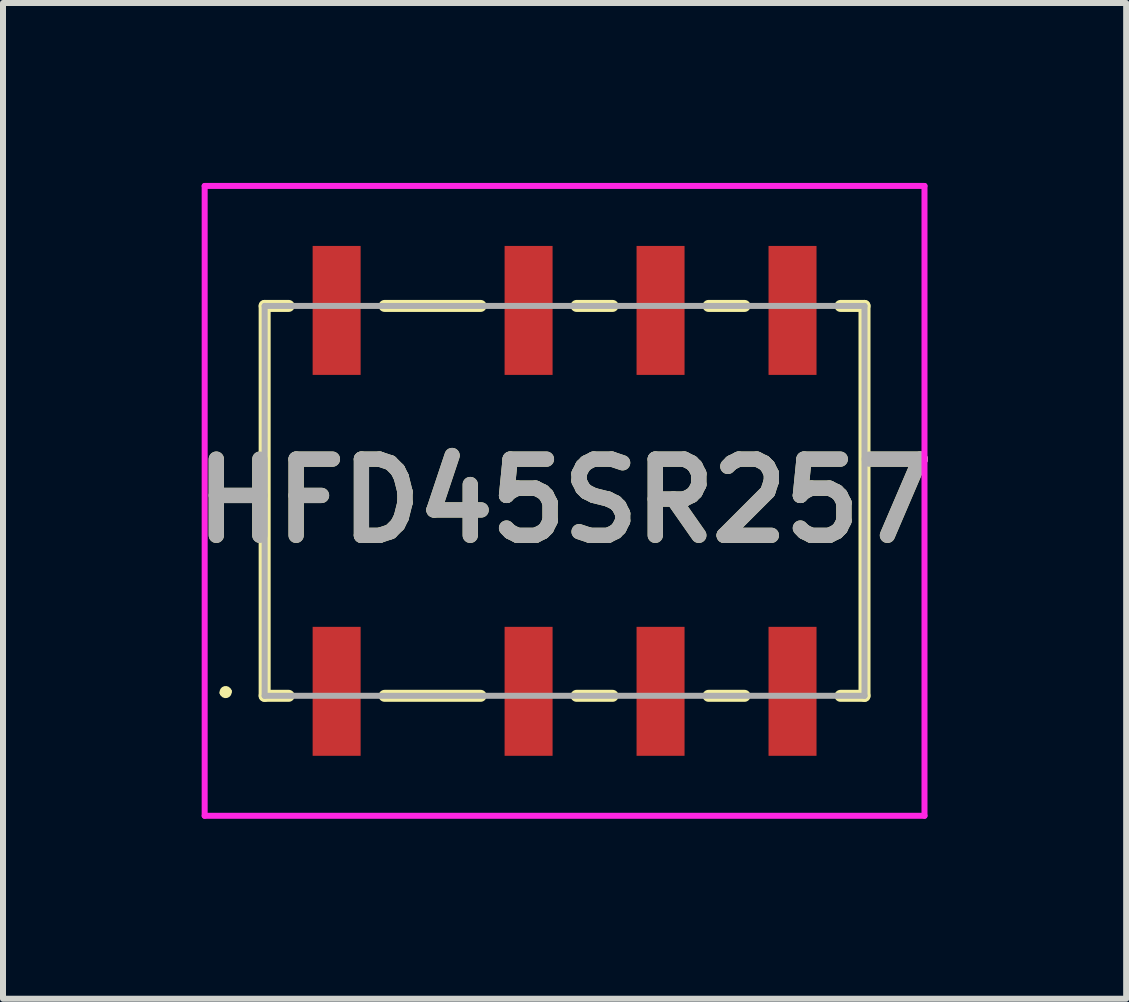
<source format=kicad_pcb>
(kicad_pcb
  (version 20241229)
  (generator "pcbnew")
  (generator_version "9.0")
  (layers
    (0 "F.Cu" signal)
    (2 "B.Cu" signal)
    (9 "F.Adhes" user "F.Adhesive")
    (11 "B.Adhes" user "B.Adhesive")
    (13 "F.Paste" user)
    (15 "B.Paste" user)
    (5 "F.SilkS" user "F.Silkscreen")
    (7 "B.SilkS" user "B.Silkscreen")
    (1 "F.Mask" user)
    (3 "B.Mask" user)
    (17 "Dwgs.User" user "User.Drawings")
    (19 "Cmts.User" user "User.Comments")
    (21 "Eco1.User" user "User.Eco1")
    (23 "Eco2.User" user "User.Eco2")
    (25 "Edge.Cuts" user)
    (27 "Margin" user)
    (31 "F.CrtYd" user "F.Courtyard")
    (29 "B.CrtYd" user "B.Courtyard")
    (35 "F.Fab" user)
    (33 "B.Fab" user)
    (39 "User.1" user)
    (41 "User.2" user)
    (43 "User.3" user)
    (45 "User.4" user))
  (footprint "HFD45SR257"
    (layer "F.Cu")
    (at 6.362 5.3)
    (property "Reference" "HFD45SR257" (at 0 0 0) (layer "F.SilkS") (effects (font (size 1.27 1.27) (thickness 0.254))))
    (attr smd)
    (fp_line (start -5.7 3.2) (end -5.7 3.2) (stroke (width 0.1) (type solid)) (layer "F.SilkS"))
    (fp_line (start -5.6 3.175) (end -5.6 3.175) (stroke (width 0.1) (type solid)) (layer "F.SilkS"))
    (fp_line (start -5 -3.25) (end -4.6 -3.25) (stroke (width 0.2) (type solid)) (layer "F.SilkS"))
    (fp_line (start -5 3.25) (end -5 -3.25) (stroke (width 0.2) (type solid)) (layer "F.SilkS"))
    (fp_line (start -4.6 3.25) (end -5 3.25) (stroke (width 0.2) (type solid)) (layer "F.SilkS"))
    (fp_line (start -3 -3.25) (end -1.4 -3.25) (stroke (width 0.2) (type solid)) (layer "F.SilkS"))
    (fp_line (start -3 3.25) (end -1.4 3.25) (stroke (width 0.2) (type solid)) (layer "F.SilkS"))
    (fp_line (start 0.2 -3.25) (end 0.8 -3.25) (stroke (width 0.2) (type solid)) (layer "F.SilkS"))
    (fp_line (start 0.2 3.25) (end 0.8 3.25) (stroke (width 0.2) (type solid)) (layer "F.SilkS"))
    (fp_line (start 2.4 -3.25) (end 3 -3.25) (stroke (width 0.2) (type solid)) (layer "F.SilkS"))
    (fp_line (start 2.4 3.25) (end 3 3.25) (stroke (width 0.2) (type solid)) (layer "F.SilkS"))
    (fp_line (start 4.6 -3.25) (end 5 -3.25) (stroke (width 0.2) (type solid)) (layer "F.SilkS"))
    (fp_line (start 5 -3.25) (end 5 3.25) (stroke (width 0.2) (type solid)) (layer "F.SilkS"))
    (fp_line (start 5 3.25) (end 4.6 3.25) (stroke (width 0.2) (type solid)) (layer "F.SilkS"))
    (fp_arc (start -5.7 3.2) (mid -5.6625 3.1375) (end -5.6 3.175) (stroke (width 0.1) (type solid)) (layer "F.SilkS"))
    (fp_arc (start -5.6 3.175) (mid -5.6375 3.2375) (end -5.7 3.2) (stroke (width 0.1) (type solid)) (layer "F.SilkS"))
    (fp_line (start -6 -5.25) (end -6 5.25) (stroke (width 0.1) (type solid)) (layer "F.CrtYd"))
    (fp_line (start -6 5.25) (end 6 5.25) (stroke (width 0.1) (type solid)) (layer "F.CrtYd"))
    (fp_line (start 6 -5.25) (end -6 -5.25) (stroke (width 0.1) (type solid)) (layer "F.CrtYd"))
    (fp_line (start 6 5.25) (end 6 -5.25) (stroke (width 0.1) (type solid)) (layer "F.CrtYd"))
    (fp_line (start -5 -3.25) (end 5 -3.25) (stroke (width 0.1) (type solid)) (layer "F.Fab"))
    (fp_line (start -5 3.25) (end -5 -3.25) (stroke (width 0.1) (type solid)) (layer "F.Fab"))
    (fp_line (start 5 -3.25) (end 5 3.25) (stroke (width 0.1) (type solid)) (layer "F.Fab"))
    (fp_line (start 5 3.25) (end -5 3.25) (stroke (width 0.1) (type solid)) (layer "F.Fab"))
    (fp_text user "${REFERENCE}" (at 0 0 0) (layer "F.Fab") (effects (font (size 1.27 1.27) (thickness 0.254))))
    (pad "1" smd rect (at -3.8 3.175) (size 0.8 2.15) (layers "F.Cu" "F.Mask" "F.Paste"))
    (pad "2" smd rect (at -0.6 3.175) (size 0.8 2.15) (layers "F.Cu" "F.Mask" "F.Paste"))
    (pad "3" smd rect (at 1.6 3.175) (size 0.8 2.15) (layers "F.Cu" "F.Mask" "F.Paste"))
    (pad "4" smd rect (at 3.8 3.175) (size 0.8 2.15) (layers "F.Cu" "F.Mask" "F.Paste"))
    (pad "5" smd rect (at 3.8 -3.175) (size 0.8 2.15) (layers "F.Cu" "F.Mask" "F.Paste"))
    (pad "6" smd rect (at 1.6 -3.175) (size 0.8 2.15) (layers "F.Cu" "F.Mask" "F.Paste"))
    (pad "7" smd rect (at -0.6 -3.175) (size 0.8 2.15) (layers "F.Cu" "F.Mask" "F.Paste"))
    (pad "8" smd rect (at -3.8 -3.175) (size 0.8 2.15) (layers "F.Cu" "F.Mask" "F.Paste")))
  (gr_rect
    (start -3 -3)
    (end 15.724 13.6)
    (stroke (width 0.1) (type default))
    (fill no)
    (layer "Edge.Cuts")))
</source>
